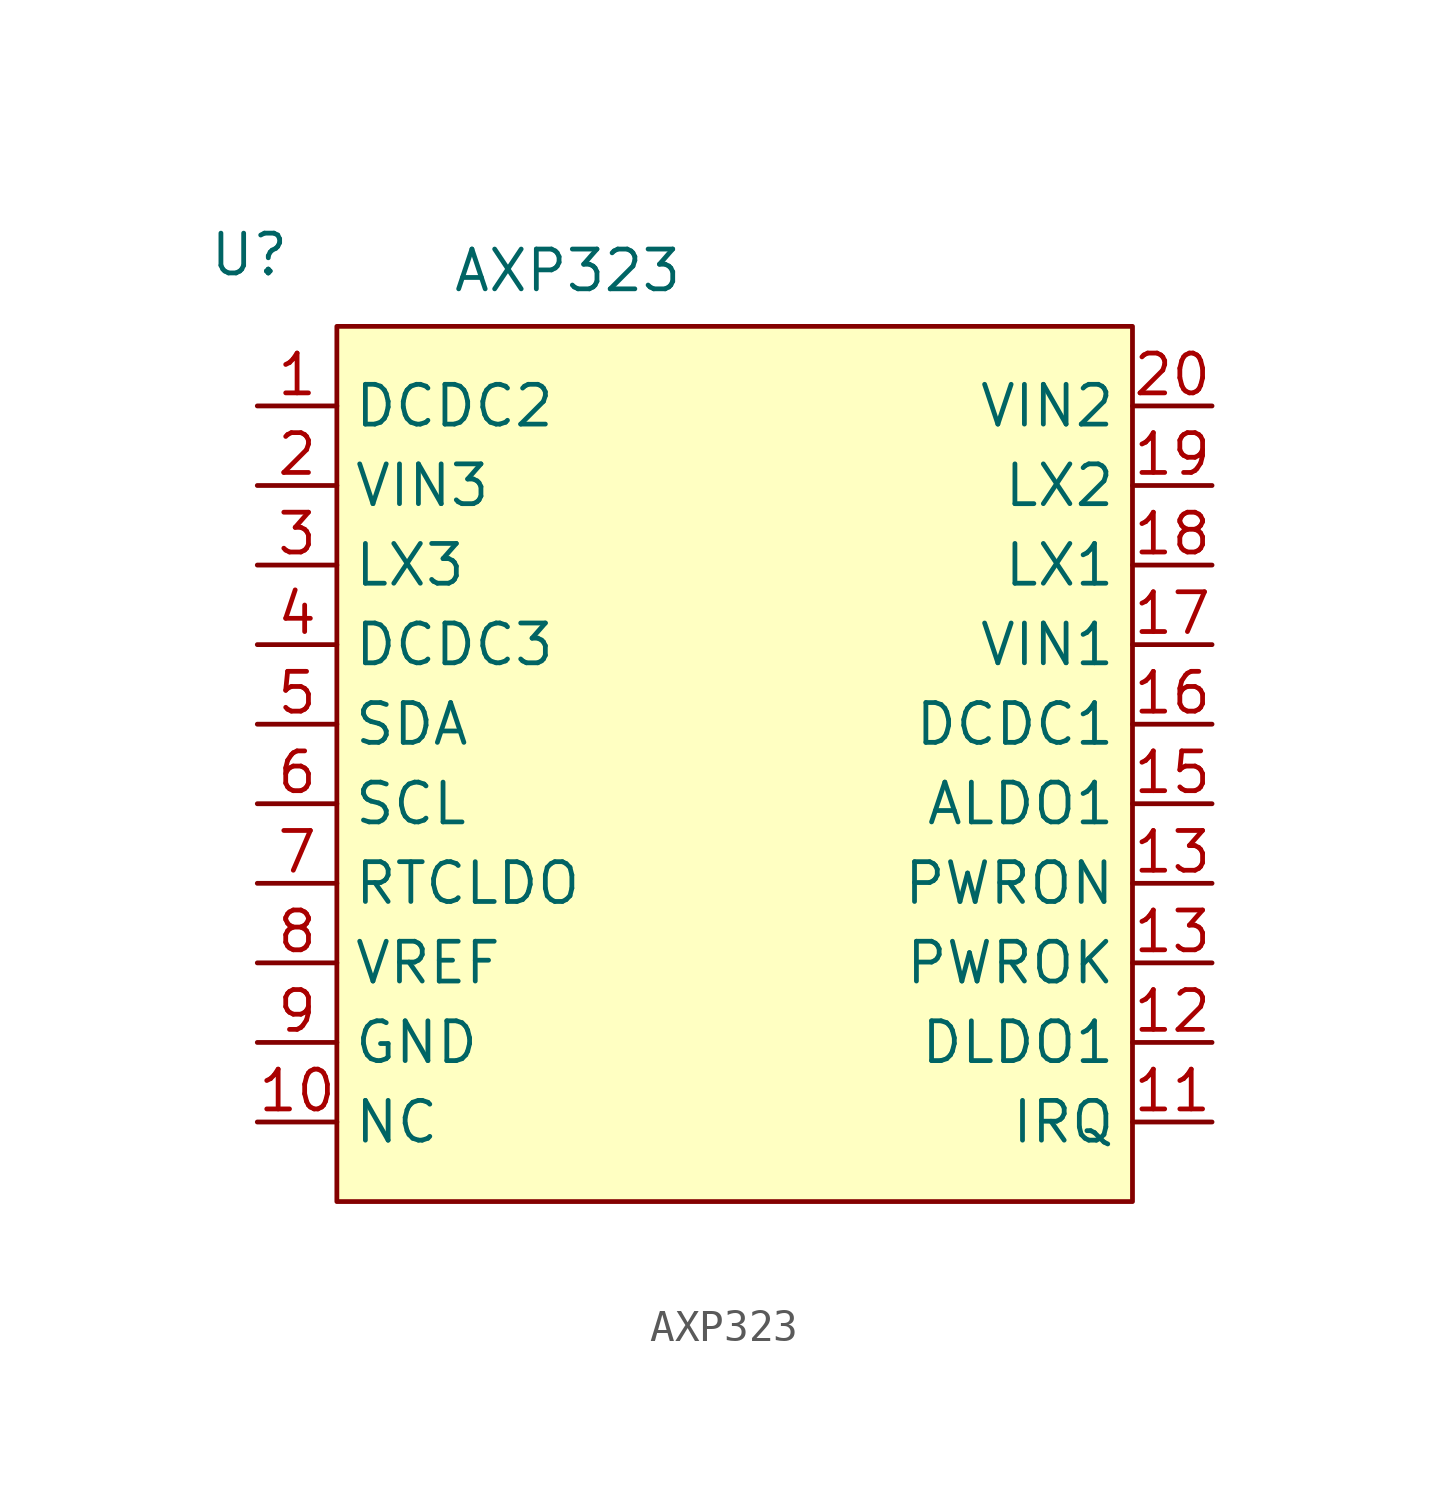
<source format=kicad_sym>
(kicad_symbol_lib
  (version 20241209)
  (generator "kicad_symbol_editor")
  (generator_version "9.0")
  (symbol "AXP323"
    (property "Reference" "U"
      (at -15.494 16.256 0)
      (effects (font (size 1.27 1.27))))
    (property "Value" "AXP323"
      (at -5.334 15.748 0)
      (effects (font (size 1.27 1.27))))
    (symbol "AXP323_1_1"
      (rectangle (start -12.7 13.97) (end 12.7 -13.97) (stroke (width 0) (type solid)) (fill (type background)))
      (pin input line (at -15.24 11.43 0) (length 2.54) (name "DCDC2" (effects (font (size 1.27 1.27)))) (number "1" (effects (font (size 1.27 1.27)))))
      (pin input line (at -15.24 8.89 0) (length 2.54) (name "VIN3" (effects (font (size 1.27 1.27)))) (number "2" (effects (font (size 1.27 1.27)))))
      (pin input line (at -15.24 6.35 0) (length 2.54) (name "LX3" (effects (font (size 1.27 1.27)))) (number "3" (effects (font (size 1.27 1.27)))))
      (pin input line (at -15.24 3.81 0) (length 2.54) (name "DCDC3" (effects (font (size 1.27 1.27)))) (number "4" (effects (font (size 1.27 1.27)))))
      (pin input line (at -15.24 1.27 0) (length 2.54) (name "SDA" (effects (font (size 1.27 1.27)))) (number "5" (effects (font (size 1.27 1.27)))))
      (pin input line (at -15.24 -1.27 0) (length 2.54) (name "SCL" (effects (font (size 1.27 1.27)))) (number "6" (effects (font (size 1.27 1.27)))))
      (pin input line (at -15.24 -3.81 0) (length 2.54) (name "RTCLDO" (effects (font (size 1.27 1.27)))) (number "7" (effects (font (size 1.27 1.27)))))
      (pin input line (at -15.24 -6.35 0) (length 2.54) (name "VREF" (effects (font (size 1.27 1.27)))) (number "8" (effects (font (size 1.27 1.27)))))
      (pin input line (at -15.24 -8.89 0) (length 2.54) (name "GND" (effects (font (size 1.27 1.27)))) (number "9" (effects (font (size 1.27 1.27)))))
      (pin input line (at -15.24 -11.43 0) (length 2.54) (name "NC" (effects (font (size 1.27 1.27)))) (number "10" (effects (font (size 1.27 1.27)))))
      (pin input line (at 15.24 11.43 180) (length 2.54) (name "VIN2" (effects (font (size 1.27 1.27)))) (number "20" (effects (font (size 1.27 1.27)))))
      (pin input line (at 15.24 8.89 180) (length 2.54) (name "LX2" (effects (font (size 1.27 1.27)))) (number "19" (effects (font (size 1.27 1.27)))))
      (pin input line (at 15.24 6.35 180) (length 2.54) (name "LX1" (effects (font (size 1.27 1.27)))) (number "18" (effects (font (size 1.27 1.27)))))
      (pin input line (at 15.24 3.81 180) (length 2.54) (name "VIN1" (effects (font (size 1.27 1.27)))) (number "17" (effects (font (size 1.27 1.27)))))
      (pin input line (at 15.24 1.27 180) (length 2.54) (name "DCDC1" (effects (font (size 1.27 1.27)))) (number "16" (effects (font (size 1.27 1.27)))))
      (pin input line (at 15.24 -1.27 180) (length 2.54) (name "ALDO1" (effects (font (size 1.27 1.27)))) (number "15" (effects (font (size 1.27 1.27)))))
      (pin input line (at 15.24 -3.81 180) (length 2.54) (name "PWRON" (effects (font (size 1.27 1.27)))) (number "13" (effects (font (size 1.27 1.27)))))
      (pin input line (at 15.24 -6.35 180) (length 2.54) (name "PWROK" (effects (font (size 1.27 1.27)))) (number "13" (effects (font (size 1.27 1.27)))))
      (pin input line (at 15.24 -8.89 180) (length 2.54) (name "DLDO1" (effects (font (size 1.27 1.27)))) (number "12" (effects (font (size 1.27 1.27)))))
      (pin input line (at 15.24 -11.43 180) (length 2.54) (name "IRQ" (effects (font (size 1.27 1.27)))) (number "11" (effects (font (size 1.27 1.27))))))))
</source>
